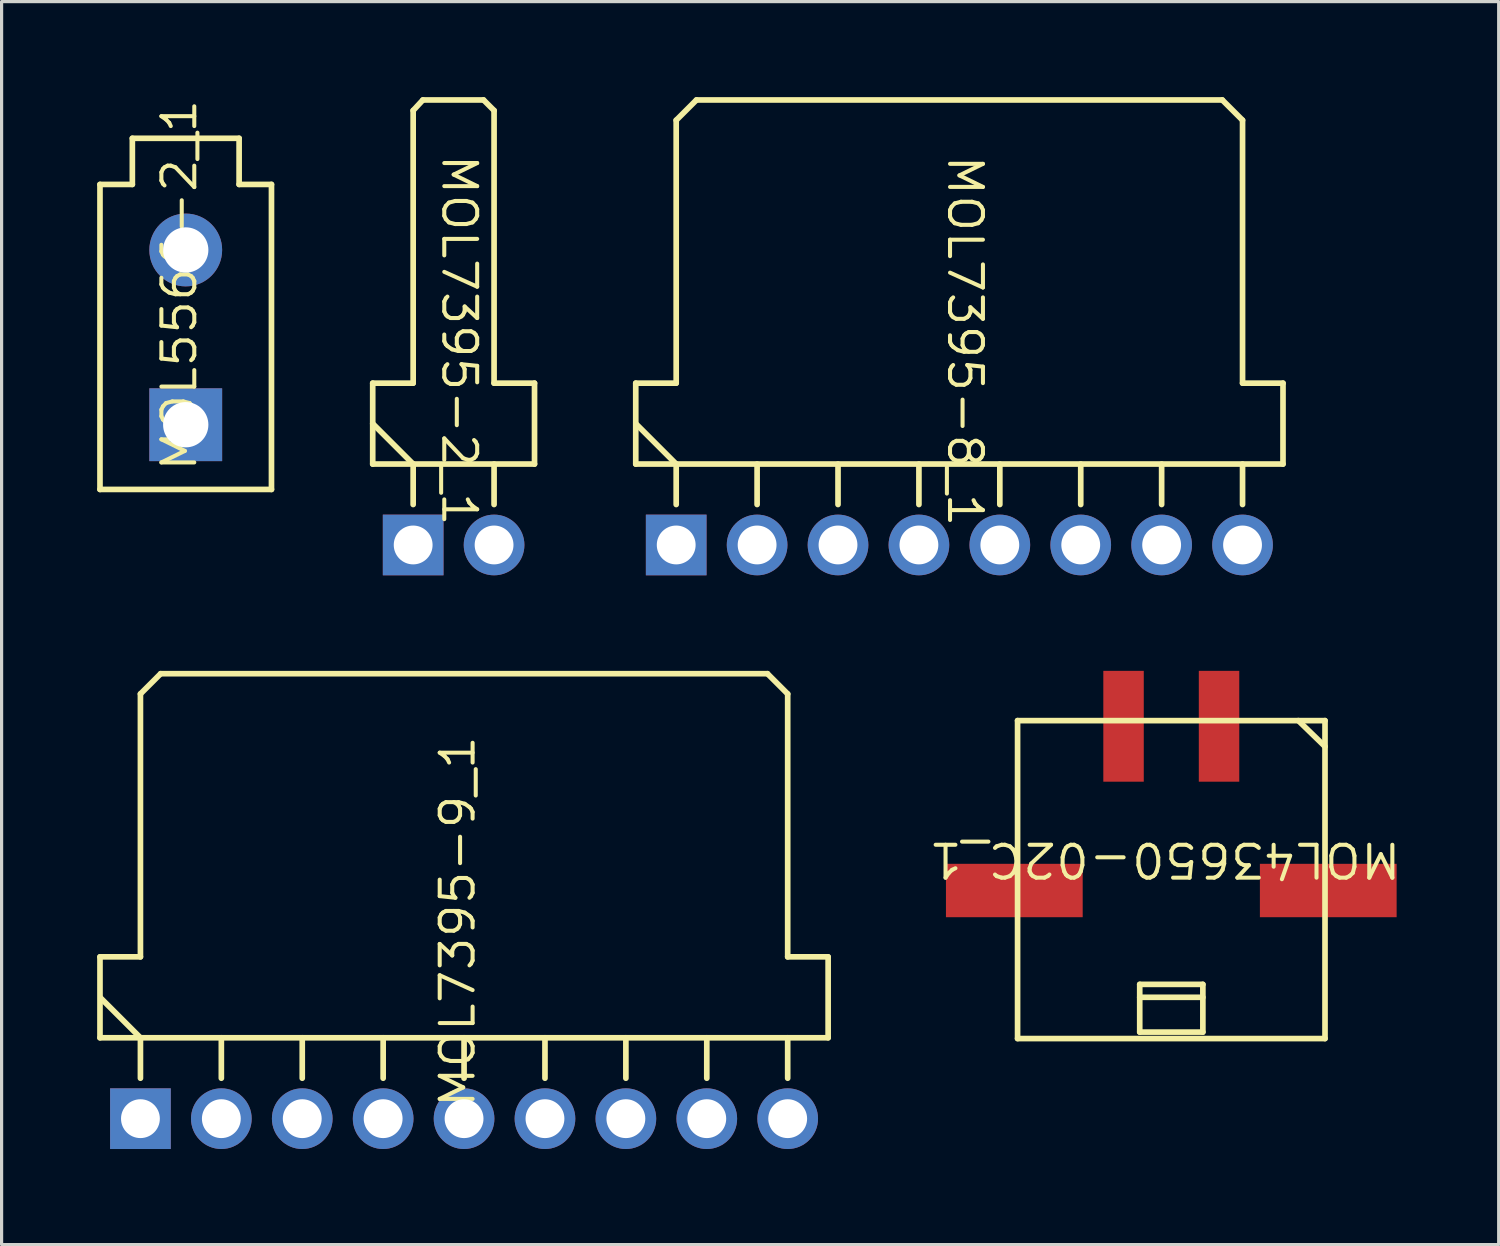
<source format=kicad_pcb>
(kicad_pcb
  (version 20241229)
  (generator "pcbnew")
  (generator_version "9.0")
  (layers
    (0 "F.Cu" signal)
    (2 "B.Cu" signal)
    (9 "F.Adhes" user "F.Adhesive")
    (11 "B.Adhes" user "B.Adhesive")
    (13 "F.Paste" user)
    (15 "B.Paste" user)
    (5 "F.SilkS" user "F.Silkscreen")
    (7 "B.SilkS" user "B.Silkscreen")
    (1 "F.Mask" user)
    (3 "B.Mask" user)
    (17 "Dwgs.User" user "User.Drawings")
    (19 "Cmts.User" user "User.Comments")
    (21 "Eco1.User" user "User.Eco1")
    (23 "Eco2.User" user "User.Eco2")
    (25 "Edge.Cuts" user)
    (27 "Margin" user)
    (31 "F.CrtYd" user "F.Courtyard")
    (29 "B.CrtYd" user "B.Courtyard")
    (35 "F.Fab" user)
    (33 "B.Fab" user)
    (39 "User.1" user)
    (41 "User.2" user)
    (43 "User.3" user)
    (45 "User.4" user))
  (footprint "MOL7395-2_1"
    (layer "F.Cu")
    (at 9.921 14.059)
    (property "Reference" "MOL7395-2_1" (at 1.448 -6.426 270) (unlocked yes) (layer "F.SilkS") (effects (font (size 1.033 1.087) (thickness 0.127))))
    (attr smd)
    (fp_line (start -1.27 -5.08) (end 0 -5.08) (stroke (width 0.178) (type solid)) (layer "F.SilkS"))
    (fp_line (start -1.27 -3.81) (end 0 -2.54) (stroke (width 0.178) (type solid)) (layer "F.SilkS"))
    (fp_line (start -1.27 -2.54) (end -1.27 -5.08) (stroke (width 0.178) (type solid)) (layer "F.SilkS"))
    (fp_line (start -1.27 -2.54) (end 3.81 -2.54) (stroke (width 0.178) (type solid)) (layer "F.SilkS"))
    (fp_line (start 0 -13.64) (end 0.305 -13.97) (stroke (width 0.178) (type solid)) (layer "F.SilkS"))
    (fp_line (start 0 -5.08) (end 0 -13.64) (stroke (width 0.178) (type solid)) (layer "F.SilkS"))
    (fp_line (start 0 -1.27) (end 0 -2.54) (stroke (width 0.178) (type solid)) (layer "F.SilkS"))
    (fp_line (start 0.305 -13.97) (end 2.21 -13.97) (stroke (width 0.178) (type solid)) (layer "F.SilkS"))
    (fp_line (start 2.21 -13.97) (end 2.54 -13.64) (stroke (width 0.178) (type solid)) (layer "F.SilkS"))
    (fp_line (start 2.54 -5.08) (end 2.54 -13.64) (stroke (width 0.178) (type solid)) (layer "F.SilkS"))
    (fp_line (start 2.54 -5.08) (end 3.81 -5.08) (stroke (width 0.178) (type solid)) (layer "F.SilkS"))
    (fp_line (start 2.54 -1.27) (end 2.54 -2.54) (stroke (width 0.178) (type solid)) (layer "F.SilkS"))
    (fp_line (start 3.81 -2.54) (end 3.81 -5.08) (stroke (width 0.178) (type solid)) (layer "F.SilkS"))
    (pad "1" thru_hole rect (at 0 0) (size 1.905 1.905) (drill 1.219) (layers "*.Cu" "*.Mask"))
    (pad "2" thru_hole circle (at 2.54 0) (size 1.905 1.905) (drill 1.219) (layers "*.Cu" "*.Mask")))
  (footprint "MOL5566-2_1"
    (layer "F.Cu")
    (at 2.781 10.284)
    (property "Reference" "MOL5566-2_1" (at -0.203 -4.381 90) (unlocked yes) (layer "F.SilkS") (effects (font (size 1.033 1.087) (thickness 0.127))))
    (attr smd)
    (fp_line (start -2.692 -7.544) (end -1.676 -7.544) (stroke (width 0.178) (type solid)) (layer "F.SilkS"))
    (fp_line (start -2.692 2.032) (end -2.692 -7.544) (stroke (width 0.178) (type solid)) (layer "F.SilkS"))
    (fp_line (start -2.692 2.032) (end 2.692 2.032) (stroke (width 0.178) (type solid)) (layer "F.SilkS"))
    (fp_line (start -1.676 -8.992) (end 1.676 -8.992) (stroke (width 0.178) (type solid)) (layer "F.SilkS"))
    (fp_line (start -1.676 -7.544) (end -1.676 -8.992) (stroke (width 0.178) (type solid)) (layer "F.SilkS"))
    (fp_line (start 1.676 -7.544) (end 1.676 -8.992) (stroke (width 0.178) (type solid)) (layer "F.SilkS"))
    (fp_line (start 1.676 -7.544) (end 2.692 -7.544) (stroke (width 0.178) (type solid)) (layer "F.SilkS"))
    (fp_line (start 2.692 2.032) (end 2.692 -7.544) (stroke (width 0.178) (type solid)) (layer "F.SilkS"))
    (pad "1" thru_hole rect (at 0 0) (size 2.286 2.286) (drill 1.422) (layers "*.Cu" "*.Mask"))
    (pad "2" thru_hole circle (at 0 -5.486) (size 2.286 2.286) (drill 1.422) (layers "*.Cu" "*.Mask")))
  (footprint "MOL7395-8_1"
    (layer "F.Cu")
    (at 18.179 14.059)
    (property "Reference" "MOL7395-8_1" (at 9.068 -6.401 270) (unlocked yes) (layer "F.SilkS") (effects (font (size 1.033 1.087) (thickness 0.127))))
    (attr smd)
    (fp_line (start -1.27 -5.08) (end 0 -5.08) (stroke (width 0.178) (type solid)) (layer "F.SilkS"))
    (fp_line (start -1.27 -2.54) (end -1.27 -5.08) (stroke (width 0.178) (type solid)) (layer "F.SilkS"))
    (fp_line (start -1.27 -2.54) (end 19.05 -2.54) (stroke (width 0.178) (type solid)) (layer "F.SilkS"))
    (fp_line (start -1.245 -3.785) (end 0 -2.54) (stroke (width 0.178) (type solid)) (layer "F.SilkS"))
    (fp_line (start 0 -13.335) (end 0.635 -13.97) (stroke (width 0.178) (type solid)) (layer "F.SilkS"))
    (fp_line (start 0 -5.08) (end 0 -13.335) (stroke (width 0.178) (type solid)) (layer "F.SilkS"))
    (fp_line (start 0 -1.27) (end 0 -2.54) (stroke (width 0.178) (type solid)) (layer "F.SilkS"))
    (fp_line (start 0.635 -13.97) (end 17.145 -13.97) (stroke (width 0.178) (type solid)) (layer "F.SilkS"))
    (fp_line (start 2.54 -1.27) (end 2.54 -2.54) (stroke (width 0.178) (type solid)) (layer "F.SilkS"))
    (fp_line (start 5.08 -1.27) (end 5.08 -2.54) (stroke (width 0.178) (type solid)) (layer "F.SilkS"))
    (fp_line (start 7.62 -1.27) (end 7.62 -2.54) (stroke (width 0.178) (type solid)) (layer "F.SilkS"))
    (fp_line (start 10.16 -1.27) (end 10.16 -2.54) (stroke (width 0.178) (type solid)) (layer "F.SilkS"))
    (fp_line (start 12.7 -1.27) (end 12.7 -2.54) (stroke (width 0.178) (type solid)) (layer "F.SilkS"))
    (fp_line (start 15.24 -1.27) (end 15.24 -2.54) (stroke (width 0.178) (type solid)) (layer "F.SilkS"))
    (fp_line (start 17.145 -13.97) (end 17.78 -13.335) (stroke (width 0.178) (type solid)) (layer "F.SilkS"))
    (fp_line (start 17.78 -5.08) (end 17.78 -13.335) (stroke (width 0.178) (type solid)) (layer "F.SilkS"))
    (fp_line (start 17.78 -5.08) (end 19.05 -5.08) (stroke (width 0.178) (type solid)) (layer "F.SilkS"))
    (fp_line (start 17.78 -1.27) (end 17.78 -2.54) (stroke (width 0.178) (type solid)) (layer "F.SilkS"))
    (fp_line (start 19.05 -2.54) (end 19.05 -5.08) (stroke (width 0.178) (type solid)) (layer "F.SilkS"))
    (pad "1" thru_hole rect (at 0 0) (size 1.905 1.905) (drill 1.219) (layers "*.Cu" "*.Mask"))
    (pad "2" thru_hole circle (at 2.54 0) (size 1.905 1.905) (drill 1.219) (layers "*.Cu" "*.Mask"))
    (pad "3" thru_hole circle (at 5.08 0) (size 1.905 1.905) (drill 1.219) (layers "*.Cu" "*.Mask"))
    (pad "4" thru_hole circle (at 7.62 0) (size 1.905 1.905) (drill 1.219) (layers "*.Cu" "*.Mask"))
    (pad "5" thru_hole circle (at 10.16 0) (size 1.905 1.905) (drill 1.219) (layers "*.Cu" "*.Mask"))
    (pad "6" thru_hole circle (at 12.7 0) (size 1.905 1.905) (drill 1.219) (layers "*.Cu" "*.Mask"))
    (pad "7" thru_hole circle (at 15.24 0) (size 1.905 1.905) (drill 1.219) (layers "*.Cu" "*.Mask"))
    (pad "8" thru_hole circle (at 17.78 0) (size 1.905 1.905) (drill 1.219) (layers "*.Cu" "*.Mask")))
  (footprint "MOL43650-02C_1"
    (layer "F.Cu")
    (at 33.722 19.751)
    (property "Reference" "MOL43650-02C_1" (at -0.203 4.191 180) (unlocked yes) (layer "F.SilkS") (effects (font (size 1.033 1.087) (thickness 0.127))))
    (attr smd)
    (fp_line (start -4.826 -0.178) (end 4.826 -0.178) (stroke (width 0.178) (type solid)) (layer "F.SilkS"))
    (fp_line (start -4.826 9.804) (end -4.826 -0.178) (stroke (width 0.178) (type solid)) (layer "F.SilkS"))
    (fp_line (start -4.826 9.804) (end 4.826 9.804) (stroke (width 0.178) (type solid)) (layer "F.SilkS"))
    (fp_line (start -0.991 8.103) (end 0.991 8.103) (stroke (width 0.178) (type solid)) (layer "F.SilkS"))
    (fp_line (start -0.991 8.509) (end 0.991 8.509) (stroke (width 0.178) (type solid)) (layer "F.SilkS"))
    (fp_line (start -0.991 9.601) (end -0.991 8.103) (stroke (width 0.178) (type solid)) (layer "F.SilkS"))
    (fp_line (start -0.991 9.601) (end 0.991 9.601) (stroke (width 0.178) (type solid)) (layer "F.SilkS"))
    (fp_line (start 0.991 9.601) (end 0.991 8.103) (stroke (width 0.178) (type solid)) (layer "F.SilkS"))
    (fp_line (start 3.988 -0.178) (end 4.826 0.635) (stroke (width 0.178) (type solid)) (layer "F.SilkS"))
    (fp_line (start 4.826 9.804) (end 4.826 -0.178) (stroke (width 0.178) (type solid)) (layer "F.SilkS"))
    (pad "1" smd rect (at 1.499 0) (size 1.27 3.48) (layers "F.Cu" "F.Mask" "F.Paste"))
    (pad "2" smd rect (at -1.499 0) (size 1.27 3.48) (layers "F.Cu" "F.Mask" "F.Paste"))
    (pad "3" smd rect (at -4.928 5.156 90) (size 1.676 4.293) (layers "F.Cu" "F.Mask" "F.Paste"))
    (pad "4" smd rect (at 4.928 5.156 90) (size 1.676 4.293) (layers "F.Cu" "F.Mask" "F.Paste")))
  (footprint "MOL7395-9_1"
    (layer "F.Cu")
    (at 1.359 32.07)
    (property "Reference" "MOL7395-9_1" (at 9.957 -6.185 90) (unlocked yes) (layer "F.SilkS") (effects (font (size 1.033 1.087) (thickness 0.127))))
    (attr smd)
    (fp_line (start -1.27 -5.08) (end 0 -5.08) (stroke (width 0.178) (type solid)) (layer "F.SilkS"))
    (fp_line (start -1.27 -2.54) (end -1.27 -5.08) (stroke (width 0.178) (type solid)) (layer "F.SilkS"))
    (fp_line (start -1.27 -2.54) (end 21.59 -2.54) (stroke (width 0.178) (type solid)) (layer "F.SilkS"))
    (fp_line (start -1.245 -3.785) (end 0 -2.54) (stroke (width 0.178) (type solid)) (layer "F.SilkS"))
    (fp_line (start 0 -13.335) (end 0.635 -13.97) (stroke (width 0.178) (type solid)) (layer "F.SilkS"))
    (fp_line (start 0 -5.08) (end 0 -13.335) (stroke (width 0.178) (type solid)) (layer "F.SilkS"))
    (fp_line (start 0 -1.27) (end 0 -2.54) (stroke (width 0.178) (type solid)) (layer "F.SilkS"))
    (fp_line (start 0.635 -13.97) (end 19.685 -13.97) (stroke (width 0.178) (type solid)) (layer "F.SilkS"))
    (fp_line (start 2.54 -1.27) (end 2.54 -2.54) (stroke (width 0.178) (type solid)) (layer "F.SilkS"))
    (fp_line (start 5.08 -1.27) (end 5.08 -2.54) (stroke (width 0.178) (type solid)) (layer "F.SilkS"))
    (fp_line (start 7.62 -1.27) (end 7.62 -2.54) (stroke (width 0.178) (type solid)) (layer "F.SilkS"))
    (fp_line (start 10.16 -1.27) (end 10.16 -2.54) (stroke (width 0.178) (type solid)) (layer "F.SilkS"))
    (fp_line (start 12.7 -1.27) (end 12.7 -2.54) (stroke (width 0.178) (type solid)) (layer "F.SilkS"))
    (fp_line (start 15.24 -1.27) (end 15.24 -2.54) (stroke (width 0.178) (type solid)) (layer "F.SilkS"))
    (fp_line (start 17.78 -1.27) (end 17.78 -2.54) (stroke (width 0.178) (type solid)) (layer "F.SilkS"))
    (fp_line (start 19.685 -13.97) (end 20.32 -13.335) (stroke (width 0.178) (type solid)) (layer "F.SilkS"))
    (fp_line (start 20.32 -5.08) (end 20.32 -13.335) (stroke (width 0.178) (type solid)) (layer "F.SilkS"))
    (fp_line (start 20.32 -5.08) (end 21.59 -5.08) (stroke (width 0.178) (type solid)) (layer "F.SilkS"))
    (fp_line (start 20.32 -1.27) (end 20.32 -2.54) (stroke (width 0.178) (type solid)) (layer "F.SilkS"))
    (fp_line (start 21.59 -2.54) (end 21.59 -5.08) (stroke (width 0.178) (type solid)) (layer "F.SilkS"))
    (pad "1" thru_hole rect (at 0 0) (size 1.905 1.905) (drill 1.219) (layers "*.Cu" "*.Mask"))
    (pad "2" thru_hole circle (at 2.54 0) (size 1.905 1.905) (drill 1.219) (layers "*.Cu" "*.Mask"))
    (pad "3" thru_hole circle (at 5.08 0) (size 1.905 1.905) (drill 1.219) (layers "*.Cu" "*.Mask"))
    (pad "4" thru_hole circle (at 7.62 0) (size 1.905 1.905) (drill 1.219) (layers "*.Cu" "*.Mask"))
    (pad "5" thru_hole circle (at 10.16 0) (size 1.905 1.905) (drill 1.219) (layers "*.Cu" "*.Mask"))
    (pad "6" thru_hole circle (at 12.7 0) (size 1.905 1.905) (drill 1.219) (layers "*.Cu" "*.Mask"))
    (pad "7" thru_hole circle (at 15.24 0) (size 1.905 1.905) (drill 1.219) (layers "*.Cu" "*.Mask"))
    (pad "8" thru_hole circle (at 17.78 0) (size 1.905 1.905) (drill 1.219) (layers "*.Cu" "*.Mask"))
    (pad "9" thru_hole circle (at 20.32 0) (size 1.905 1.905) (drill 1.219) (layers "*.Cu" "*.Mask")))
  (gr_rect
    (start -3 -3)
    (end 44 36.023)
    (stroke (width 0.1) (type default))
    (fill no)
    (layer "Edge.Cuts")))
</source>
